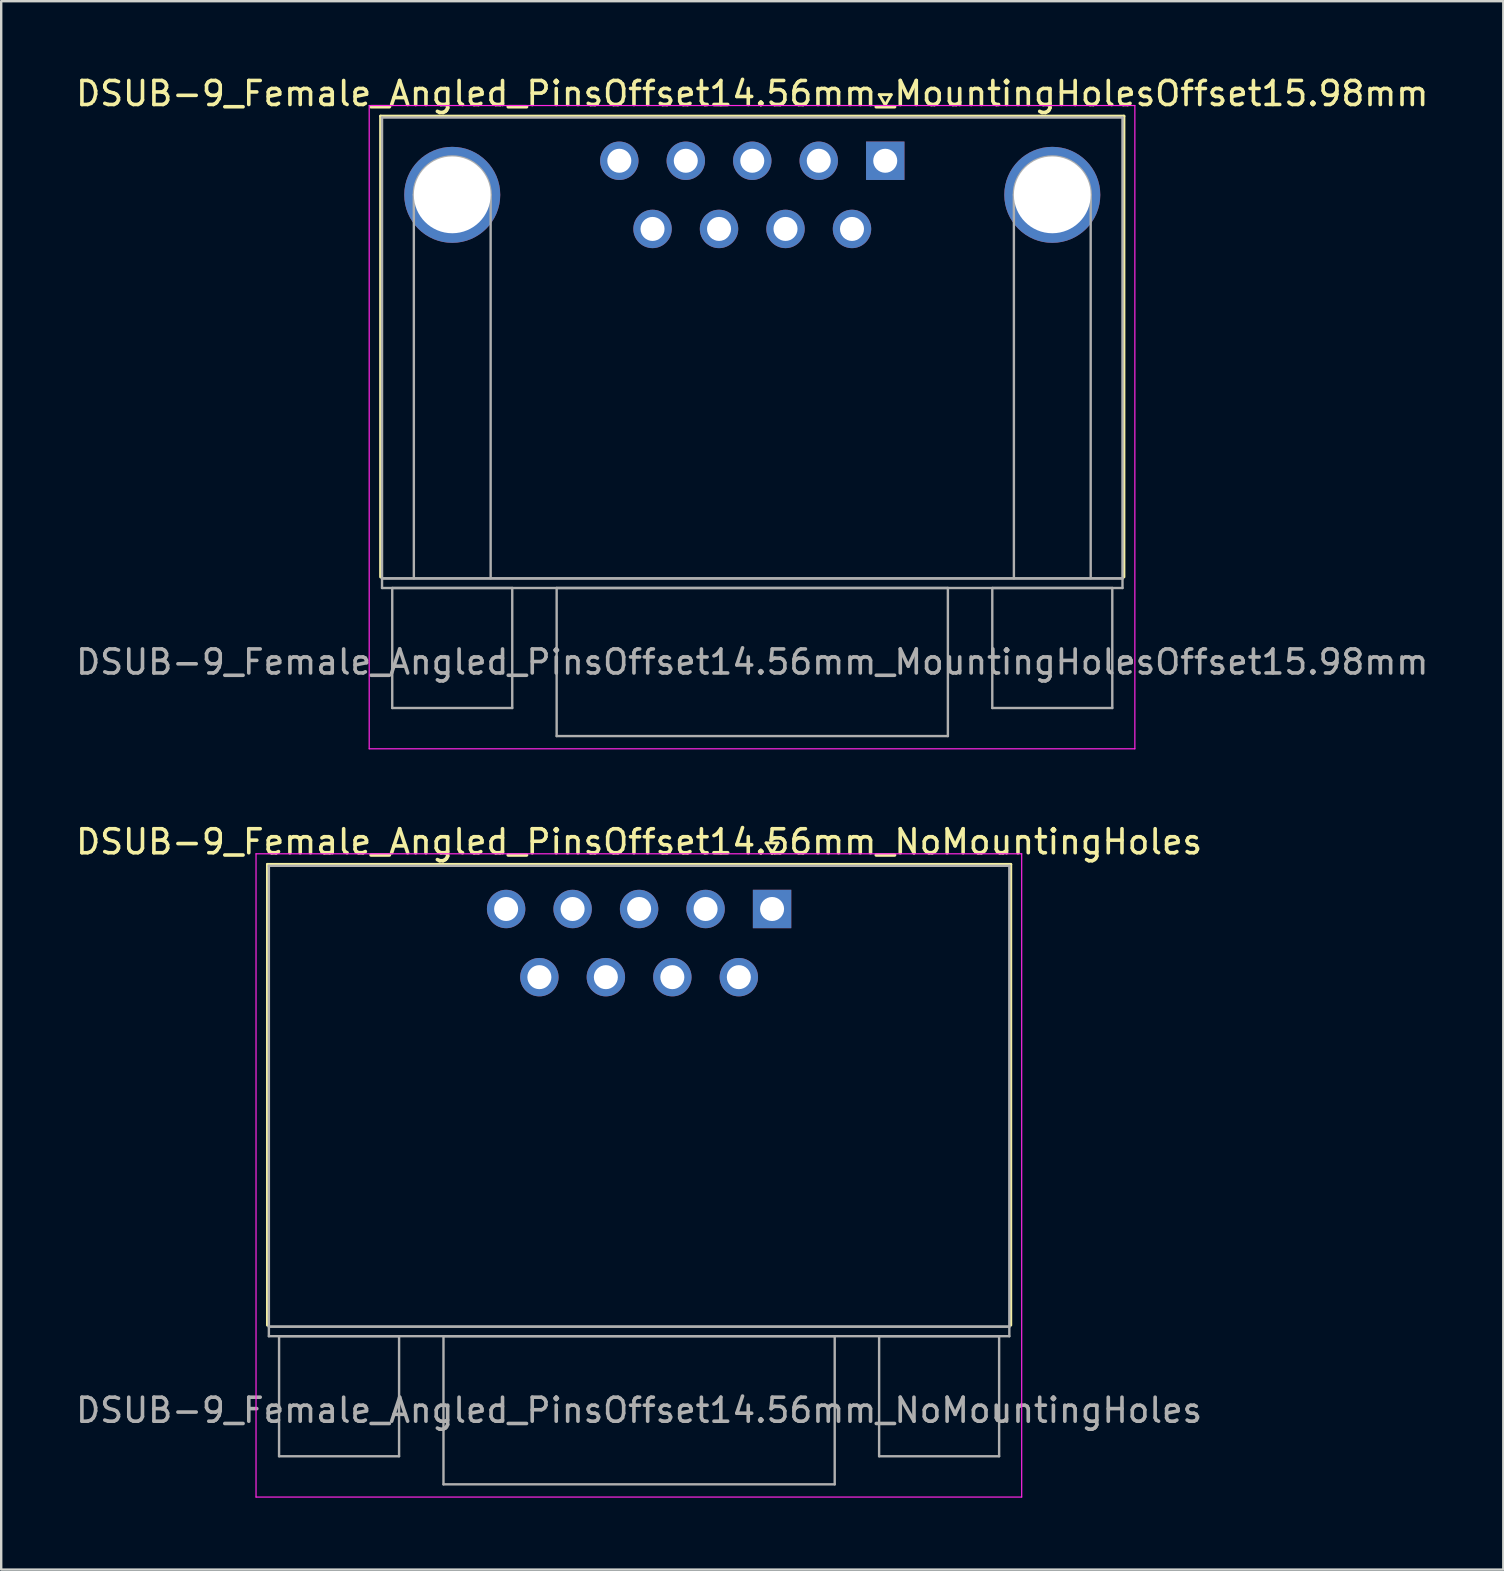
<source format=kicad_pcb>
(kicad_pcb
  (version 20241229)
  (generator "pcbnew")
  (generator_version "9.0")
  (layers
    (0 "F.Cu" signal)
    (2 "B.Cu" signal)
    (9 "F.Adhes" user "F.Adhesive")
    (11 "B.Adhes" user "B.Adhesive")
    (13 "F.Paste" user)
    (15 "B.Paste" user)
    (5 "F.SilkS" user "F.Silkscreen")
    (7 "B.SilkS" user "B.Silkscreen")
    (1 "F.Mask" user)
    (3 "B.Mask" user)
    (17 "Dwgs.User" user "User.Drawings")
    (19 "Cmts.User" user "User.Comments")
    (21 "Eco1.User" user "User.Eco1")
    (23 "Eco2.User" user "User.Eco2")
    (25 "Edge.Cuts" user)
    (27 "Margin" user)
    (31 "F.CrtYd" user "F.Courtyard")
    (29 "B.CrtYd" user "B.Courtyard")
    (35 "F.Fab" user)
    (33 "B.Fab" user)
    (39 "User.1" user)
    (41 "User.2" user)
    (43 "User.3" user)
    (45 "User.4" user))
  (footprint "DSUB-9_Female_Angled_PinsOffset14.56mm_MountingHolesOffset15.98mm"
    (layer "F.Cu")
    (at 33.832 3.648)
    (property "Reference" "DSUB-9_Female_Angled_PinsOffset14.56mm_MountingHolesOffset15.98mm" (at -5.54 -2.8 0) (layer "F.SilkS") (effects (font (size 1 1) (thickness 0.15))))
    (attr through_hole)
    (fp_line (start -21.025 -1.86) (end 9.945 -1.86) (stroke (width 0.12) (type solid)) (layer "F.SilkS"))
    (fp_line (start -21.025 17.34) (end -21.025 -1.86) (stroke (width 0.12) (type solid)) (layer "F.SilkS"))
    (fp_line (start -0.25 -2.754) (end 0.25 -2.754) (stroke (width 0.12) (type solid)) (layer "F.SilkS"))
    (fp_line (start 0 -2.321) (end -0.25 -2.754) (stroke (width 0.12) (type solid)) (layer "F.SilkS"))
    (fp_line (start 0.25 -2.754) (end 0 -2.321) (stroke (width 0.12) (type solid)) (layer "F.SilkS"))
    (fp_line (start 9.945 -1.86) (end 9.945 17.34) (stroke (width 0.12) (type solid)) (layer "F.SilkS"))
    (fp_line (start -21.5 -2.3) (end -21.5 24.5) (stroke (width 0.05) (type solid)) (layer "F.CrtYd"))
    (fp_line (start -21.5 24.5) (end 10.4 24.5) (stroke (width 0.05) (type solid)) (layer "F.CrtYd"))
    (fp_line (start 10.4 -2.3) (end -21.5 -2.3) (stroke (width 0.05) (type solid)) (layer "F.CrtYd"))
    (fp_line (start 10.4 24.5) (end 10.4 -2.3) (stroke (width 0.05) (type solid)) (layer "F.CrtYd"))
    (fp_line (start -20.965 -1.8) (end -20.965 17.4) (stroke (width 0.1) (type solid)) (layer "F.Fab"))
    (fp_line (start -20.965 17.4) (end -20.965 17.8) (stroke (width 0.1) (type solid)) (layer "F.Fab"))
    (fp_line (start -20.965 17.4) (end 9.885 17.4) (stroke (width 0.1) (type solid)) (layer "F.Fab"))
    (fp_line (start -20.965 17.8) (end 9.885 17.8) (stroke (width 0.1) (type solid)) (layer "F.Fab"))
    (fp_line (start -20.54 17.8) (end -20.54 22.8) (stroke (width 0.1) (type solid)) (layer "F.Fab"))
    (fp_line (start -20.54 22.8) (end -15.54 22.8) (stroke (width 0.1) (type solid)) (layer "F.Fab"))
    (fp_line (start -19.64 17.4) (end -19.64 1.42) (stroke (width 0.1) (type solid)) (layer "F.Fab"))
    (fp_line (start -16.44 17.4) (end -16.44 1.42) (stroke (width 0.1) (type solid)) (layer "F.Fab"))
    (fp_line (start -15.54 17.8) (end -20.54 17.8) (stroke (width 0.1) (type solid)) (layer "F.Fab"))
    (fp_line (start -15.54 22.8) (end -15.54 17.8) (stroke (width 0.1) (type solid)) (layer "F.Fab"))
    (fp_line (start -13.69 17.8) (end -13.69 23.97) (stroke (width 0.1) (type solid)) (layer "F.Fab"))
    (fp_line (start -13.69 23.97) (end 2.61 23.97) (stroke (width 0.1) (type solid)) (layer "F.Fab"))
    (fp_line (start 2.61 17.8) (end -13.69 17.8) (stroke (width 0.1) (type solid)) (layer "F.Fab"))
    (fp_line (start 2.61 23.97) (end 2.61 17.8) (stroke (width 0.1) (type solid)) (layer "F.Fab"))
    (fp_line (start 4.46 17.8) (end 4.46 22.8) (stroke (width 0.1) (type solid)) (layer "F.Fab"))
    (fp_line (start 4.46 22.8) (end 9.46 22.8) (stroke (width 0.1) (type solid)) (layer "F.Fab"))
    (fp_line (start 5.36 17.4) (end 5.36 1.42) (stroke (width 0.1) (type solid)) (layer "F.Fab"))
    (fp_line (start 8.56 17.4) (end 8.56 1.42) (stroke (width 0.1) (type solid)) (layer "F.Fab"))
    (fp_line (start 9.46 17.8) (end 4.46 17.8) (stroke (width 0.1) (type solid)) (layer "F.Fab"))
    (fp_line (start 9.46 22.8) (end 9.46 17.8) (stroke (width 0.1) (type solid)) (layer "F.Fab"))
    (fp_line (start 9.885 -1.8) (end -20.965 -1.8) (stroke (width 0.1) (type solid)) (layer "F.Fab"))
    (fp_line (start 9.885 17.4) (end -20.965 17.4) (stroke (width 0.1) (type solid)) (layer "F.Fab"))
    (fp_line (start 9.885 17.4) (end 9.885 -1.8) (stroke (width 0.1) (type solid)) (layer "F.Fab"))
    (fp_line (start 9.885 17.8) (end 9.885 17.4) (stroke (width 0.1) (type solid)) (layer "F.Fab"))
    (fp_arc (start -19.64 1.42) (mid -18.04 -0.18) (end -16.44 1.42) (stroke (width 0.1) (type solid)) (layer "F.Fab"))
    (fp_arc (start 5.36 1.42) (mid 6.96 -0.18) (end 8.56 1.42) (stroke (width 0.1) (type solid)) (layer "F.Fab"))
    (fp_text user "${REFERENCE}" (at -5.54 20.885 0) (layer "F.Fab") (effects (font (size 1 1) (thickness 0.15))))
    (pad "0" thru_hole circle (at -18.04 1.42) (size 4 4) (drill 3.2) (layers "*.Cu" "*.Mask"))
    (pad "0" thru_hole circle (at 6.96 1.42) (size 4 4) (drill 3.2) (layers "*.Cu" "*.Mask"))
    (pad "1" thru_hole rect (at 0 0) (size 1.6 1.6) (drill 1) (layers "*.Cu" "*.Mask"))
    (pad "2" thru_hole circle (at -2.77 0) (size 1.6 1.6) (drill 1) (layers "*.Cu" "*.Mask"))
    (pad "3" thru_hole circle (at -5.54 0) (size 1.6 1.6) (drill 1) (layers "*.Cu" "*.Mask"))
    (pad "4" thru_hole circle (at -8.31 0) (size 1.6 1.6) (drill 1) (layers "*.Cu" "*.Mask"))
    (pad "5" thru_hole circle (at -11.08 0) (size 1.6 1.6) (drill 1) (layers "*.Cu" "*.Mask"))
    (pad "6" thru_hole circle (at -1.385 2.84) (size 1.6 1.6) (drill 1) (layers "*.Cu" "*.Mask"))
    (pad "7" thru_hole circle (at -4.155 2.84) (size 1.6 1.6) (drill 1) (layers "*.Cu" "*.Mask"))
    (pad "8" thru_hole circle (at -6.925 2.84) (size 1.6 1.6) (drill 1) (layers "*.Cu" "*.Mask"))
    (pad "9" thru_hole circle (at -9.695 2.84) (size 1.6 1.6) (drill 1) (layers "*.Cu" "*.Mask")))
  (footprint "DSUB-9_Female_Angled_PinsOffset14.56mm_NoMountingHoles"
    (layer "F.Cu")
    (at 29.117 34.822)
    (property "Reference" "DSUB-9_Female_Angled_PinsOffset14.56mm_NoMountingHoles" (at -5.54 -2.8 0) (layer "F.SilkS") (effects (font (size 1 1) (thickness 0.15))))
    (attr through_hole)
    (fp_line (start -21.025 -1.86) (end 9.945 -1.86) (stroke (width 0.12) (type solid)) (layer "F.SilkS"))
    (fp_line (start -21.025 17.34) (end -21.025 -1.86) (stroke (width 0.12) (type solid)) (layer "F.SilkS"))
    (fp_line (start -0.25 -2.754) (end 0.25 -2.754) (stroke (width 0.12) (type solid)) (layer "F.SilkS"))
    (fp_line (start 0 -2.321) (end -0.25 -2.754) (stroke (width 0.12) (type solid)) (layer "F.SilkS"))
    (fp_line (start 0.25 -2.754) (end 0 -2.321) (stroke (width 0.12) (type solid)) (layer "F.SilkS"))
    (fp_line (start 9.945 -1.86) (end 9.945 17.34) (stroke (width 0.12) (type solid)) (layer "F.SilkS"))
    (fp_line (start -21.5 -2.3) (end -21.5 24.5) (stroke (width 0.05) (type solid)) (layer "F.CrtYd"))
    (fp_line (start -21.5 24.5) (end 10.4 24.5) (stroke (width 0.05) (type solid)) (layer "F.CrtYd"))
    (fp_line (start 10.4 -2.3) (end -21.5 -2.3) (stroke (width 0.05) (type solid)) (layer "F.CrtYd"))
    (fp_line (start 10.4 24.5) (end 10.4 -2.3) (stroke (width 0.05) (type solid)) (layer "F.CrtYd"))
    (fp_line (start -20.965 -1.8) (end -20.965 17.4) (stroke (width 0.1) (type solid)) (layer "F.Fab"))
    (fp_line (start -20.965 17.4) (end -20.965 17.8) (stroke (width 0.1) (type solid)) (layer "F.Fab"))
    (fp_line (start -20.965 17.4) (end 9.885 17.4) (stroke (width 0.1) (type solid)) (layer "F.Fab"))
    (fp_line (start -20.965 17.8) (end 9.885 17.8) (stroke (width 0.1) (type solid)) (layer "F.Fab"))
    (fp_line (start -20.54 17.8) (end -20.54 22.8) (stroke (width 0.1) (type solid)) (layer "F.Fab"))
    (fp_line (start -20.54 22.8) (end -15.54 22.8) (stroke (width 0.1) (type solid)) (layer "F.Fab"))
    (fp_line (start -15.54 17.8) (end -20.54 17.8) (stroke (width 0.1) (type solid)) (layer "F.Fab"))
    (fp_line (start -15.54 22.8) (end -15.54 17.8) (stroke (width 0.1) (type solid)) (layer "F.Fab"))
    (fp_line (start -13.69 17.8) (end -13.69 23.97) (stroke (width 0.1) (type solid)) (layer "F.Fab"))
    (fp_line (start -13.69 23.97) (end 2.61 23.97) (stroke (width 0.1) (type solid)) (layer "F.Fab"))
    (fp_line (start 2.61 17.8) (end -13.69 17.8) (stroke (width 0.1) (type solid)) (layer "F.Fab"))
    (fp_line (start 2.61 23.97) (end 2.61 17.8) (stroke (width 0.1) (type solid)) (layer "F.Fab"))
    (fp_line (start 4.46 17.8) (end 4.46 22.8) (stroke (width 0.1) (type solid)) (layer "F.Fab"))
    (fp_line (start 4.46 22.8) (end 9.46 22.8) (stroke (width 0.1) (type solid)) (layer "F.Fab"))
    (fp_line (start 9.46 17.8) (end 4.46 17.8) (stroke (width 0.1) (type solid)) (layer "F.Fab"))
    (fp_line (start 9.46 22.8) (end 9.46 17.8) (stroke (width 0.1) (type solid)) (layer "F.Fab"))
    (fp_line (start 9.885 -1.8) (end -20.965 -1.8) (stroke (width 0.1) (type solid)) (layer "F.Fab"))
    (fp_line (start 9.885 17.4) (end -20.965 17.4) (stroke (width 0.1) (type solid)) (layer "F.Fab"))
    (fp_line (start 9.885 17.4) (end 9.885 -1.8) (stroke (width 0.1) (type solid)) (layer "F.Fab"))
    (fp_line (start 9.885 17.8) (end 9.885 17.4) (stroke (width 0.1) (type solid)) (layer "F.Fab"))
    (fp_text user "${REFERENCE}" (at -5.54 20.885 0) (layer "F.Fab") (effects (font (size 1 1) (thickness 0.15))))
    (pad "1" thru_hole rect (at 0 0) (size 1.6 1.6) (drill 1) (layers "*.Cu" "*.Mask"))
    (pad "2" thru_hole circle (at -2.77 0) (size 1.6 1.6) (drill 1) (layers "*.Cu" "*.Mask"))
    (pad "3" thru_hole circle (at -5.54 0) (size 1.6 1.6) (drill 1) (layers "*.Cu" "*.Mask"))
    (pad "4" thru_hole circle (at -8.31 0) (size 1.6 1.6) (drill 1) (layers "*.Cu" "*.Mask"))
    (pad "5" thru_hole circle (at -11.08 0) (size 1.6 1.6) (drill 1) (layers "*.Cu" "*.Mask"))
    (pad "6" thru_hole circle (at -1.385 2.84) (size 1.6 1.6) (drill 1) (layers "*.Cu" "*.Mask"))
    (pad "7" thru_hole circle (at -4.155 2.84) (size 1.6 1.6) (drill 1) (layers "*.Cu" "*.Mask"))
    (pad "8" thru_hole circle (at -6.925 2.84) (size 1.6 1.6) (drill 1) (layers "*.Cu" "*.Mask"))
    (pad "9" thru_hole circle (at -9.695 2.84) (size 1.6 1.6) (drill 1) (layers "*.Cu" "*.Mask")))
  (gr_rect
    (start -3 -3)
    (end 59.583 62.346)
    (stroke (width 0.1) (type default))
    (fill no)
    (layer "Edge.Cuts")))
</source>
